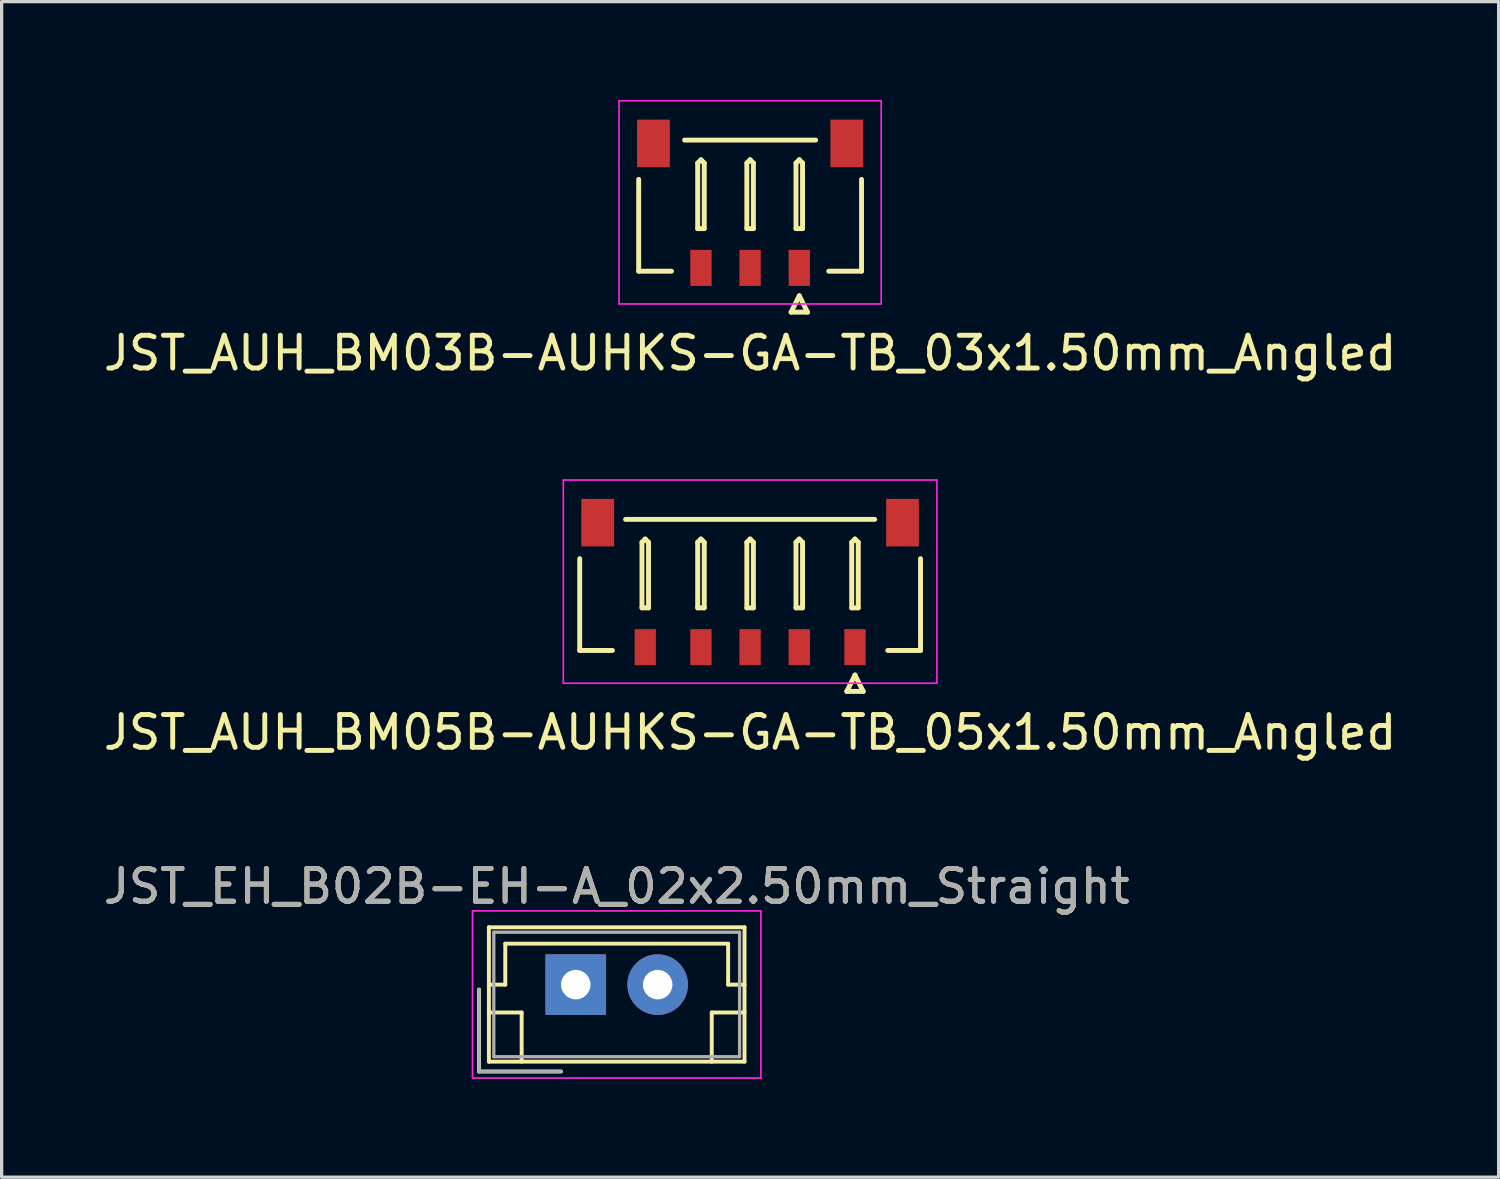
<source format=kicad_pcb>
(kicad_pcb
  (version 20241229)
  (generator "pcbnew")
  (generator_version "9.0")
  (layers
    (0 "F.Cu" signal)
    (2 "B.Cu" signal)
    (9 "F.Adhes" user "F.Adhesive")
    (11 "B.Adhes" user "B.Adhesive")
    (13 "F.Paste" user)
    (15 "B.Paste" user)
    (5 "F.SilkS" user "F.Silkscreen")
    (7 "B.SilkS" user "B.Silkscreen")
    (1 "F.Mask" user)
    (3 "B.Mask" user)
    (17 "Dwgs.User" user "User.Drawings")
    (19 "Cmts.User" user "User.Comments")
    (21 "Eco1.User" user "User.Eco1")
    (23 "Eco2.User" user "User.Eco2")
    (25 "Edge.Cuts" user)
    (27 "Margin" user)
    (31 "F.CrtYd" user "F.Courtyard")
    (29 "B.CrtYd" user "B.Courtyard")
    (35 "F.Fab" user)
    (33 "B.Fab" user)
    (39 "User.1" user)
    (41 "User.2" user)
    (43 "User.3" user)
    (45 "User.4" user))
  (footprint "JST_AUH_BM03B-AUHKS-GA-TB_03x1.50mm_Angled"
    (layer "F.Cu")
    (at 19.839 3.225)
    (property "Reference" "JST_AUH_BM03B-AUHKS-GA-TB_03x1.50mm_Angled" (at 0 4.5 0) (layer "F.SilkS") (effects (font (size 1 1) (thickness 0.15))))
    (attr smd)
    (fp_line (start -3.4 2) (end -3.4 -0.8) (stroke (width 0.15) (type solid)) (layer "F.SilkS"))
    (fp_line (start -2.4 2) (end -3.4 2) (stroke (width 0.15) (type solid)) (layer "F.SilkS"))
    (fp_line (start -1.6 -1.3) (end -1.5 -1.4) (stroke (width 0.15) (type solid)) (layer "F.SilkS"))
    (fp_line (start -1.6 0.7) (end -1.6 -1.3) (stroke (width 0.15) (type solid)) (layer "F.SilkS"))
    (fp_line (start -1.5 -1.4) (end -1.4 -1.3) (stroke (width 0.15) (type solid)) (layer "F.SilkS"))
    (fp_line (start -1.4 -1.3) (end -1.4 0.7) (stroke (width 0.15) (type solid)) (layer "F.SilkS"))
    (fp_line (start -1.4 0.7) (end -1.6 0.7) (stroke (width 0.15) (type solid)) (layer "F.SilkS"))
    (fp_line (start -0.1 -1.3) (end 0 -1.4) (stroke (width 0.15) (type solid)) (layer "F.SilkS"))
    (fp_line (start -0.1 0.7) (end -0.1 -1.3) (stroke (width 0.15) (type solid)) (layer "F.SilkS"))
    (fp_line (start 0 -1.4) (end 0.1 -1.3) (stroke (width 0.15) (type solid)) (layer "F.SilkS"))
    (fp_line (start 0.1 -1.3) (end 0.1 0.7) (stroke (width 0.15) (type solid)) (layer "F.SilkS"))
    (fp_line (start 0.1 0.7) (end -0.1 0.7) (stroke (width 0.15) (type solid)) (layer "F.SilkS"))
    (fp_line (start 1.25 3.25) (end 1.75 3.25) (stroke (width 0.15) (type solid)) (layer "F.SilkS"))
    (fp_line (start 1.4 -1.3) (end 1.5 -1.4) (stroke (width 0.15) (type solid)) (layer "F.SilkS"))
    (fp_line (start 1.4 0.7) (end 1.4 -1.3) (stroke (width 0.15) (type solid)) (layer "F.SilkS"))
    (fp_line (start 1.5 -1.4) (end 1.6 -1.3) (stroke (width 0.15) (type solid)) (layer "F.SilkS"))
    (fp_line (start 1.5 2.75) (end 1.25 3.25) (stroke (width 0.15) (type solid)) (layer "F.SilkS"))
    (fp_line (start 1.6 -1.3) (end 1.6 0.7) (stroke (width 0.15) (type solid)) (layer "F.SilkS"))
    (fp_line (start 1.6 0.7) (end 1.4 0.7) (stroke (width 0.15) (type solid)) (layer "F.SilkS"))
    (fp_line (start 1.75 3.25) (end 1.5 2.75) (stroke (width 0.15) (type solid)) (layer "F.SilkS"))
    (fp_line (start 2 -2) (end -2 -2) (stroke (width 0.15) (type solid)) (layer "F.SilkS"))
    (fp_line (start 2.4 2) (end 3.4 2) (stroke (width 0.15) (type solid)) (layer "F.SilkS"))
    (fp_line (start 3.4 2) (end 3.4 -0.8) (stroke (width 0.15) (type solid)) (layer "F.SilkS"))
    (fp_line (start -4 -3.2) (end -4 3) (stroke (width 0.05) (type solid)) (layer "F.CrtYd"))
    (fp_line (start -4 3) (end 4 3) (stroke (width 0.05) (type solid)) (layer "F.CrtYd"))
    (fp_line (start 4 -3.2) (end -4 -3.2) (stroke (width 0.05) (type solid)) (layer "F.CrtYd"))
    (fp_line (start 4 3) (end 4 -3.2) (stroke (width 0.05) (type solid)) (layer "F.CrtYd"))
    (pad "" smd rect (at -2.95 -1.9) (size 1 1.45) (layers "F.Cu" "F.Mask" "F.Paste"))
    (pad "" smd rect (at 2.95 -1.9) (size 1 1.45) (layers "F.Cu" "F.Mask" "F.Paste"))
    (pad "1" smd rect (at 1.5 1.9) (size 0.65 1.1) (layers "F.Cu" "F.Mask" "F.Paste"))
    (pad "2" smd rect (at 0 1.9) (size 0.65 1.1) (layers "F.Cu" "F.Mask" "F.Paste"))
    (pad "3" smd rect (at -1.5 1.9) (size 0.65 1.1) (layers "F.Cu" "F.Mask" "F.Paste")))
  (footprint "JST_AUH_BM05B-AUHKS-GA-TB_05x1.50mm_Angled"
    (layer "F.Cu")
    (at 19.839 14.798)
    (property "Reference" "JST_AUH_BM05B-AUHKS-GA-TB_05x1.50mm_Angled" (at 0 4.5 0) (layer "F.SilkS") (effects (font (size 1 1) (thickness 0.15))))
    (attr smd)
    (fp_line (start -5.2 2) (end -5.2 -0.8) (stroke (width 0.15) (type solid)) (layer "F.SilkS"))
    (fp_line (start -4.2 2) (end -5.2 2) (stroke (width 0.15) (type solid)) (layer "F.SilkS"))
    (fp_line (start -3.3 -1.3) (end -3.2 -1.4) (stroke (width 0.15) (type solid)) (layer "F.SilkS"))
    (fp_line (start -3.3 0.7) (end -3.3 -1.3) (stroke (width 0.15) (type solid)) (layer "F.SilkS"))
    (fp_line (start -3.2 -1.4) (end -3.1 -1.3) (stroke (width 0.15) (type solid)) (layer "F.SilkS"))
    (fp_line (start -3.1 -1.3) (end -3.1 0.7) (stroke (width 0.15) (type solid)) (layer "F.SilkS"))
    (fp_line (start -3.1 0.7) (end -3.3 0.7) (stroke (width 0.15) (type solid)) (layer "F.SilkS"))
    (fp_line (start -1.6 -1.3) (end -1.5 -1.4) (stroke (width 0.15) (type solid)) (layer "F.SilkS"))
    (fp_line (start -1.6 0.7) (end -1.6 -1.3) (stroke (width 0.15) (type solid)) (layer "F.SilkS"))
    (fp_line (start -1.5 -1.4) (end -1.4 -1.3) (stroke (width 0.15) (type solid)) (layer "F.SilkS"))
    (fp_line (start -1.4 -1.3) (end -1.4 0.7) (stroke (width 0.15) (type solid)) (layer "F.SilkS"))
    (fp_line (start -1.4 0.7) (end -1.6 0.7) (stroke (width 0.15) (type solid)) (layer "F.SilkS"))
    (fp_line (start -0.1 -1.3) (end 0 -1.4) (stroke (width 0.15) (type solid)) (layer "F.SilkS"))
    (fp_line (start -0.1 0.7) (end -0.1 -1.3) (stroke (width 0.15) (type solid)) (layer "F.SilkS"))
    (fp_line (start 0 -1.4) (end 0.1 -1.3) (stroke (width 0.15) (type solid)) (layer "F.SilkS"))
    (fp_line (start 0.1 -1.3) (end 0.1 0.7) (stroke (width 0.15) (type solid)) (layer "F.SilkS"))
    (fp_line (start 0.1 0.7) (end -0.1 0.7) (stroke (width 0.15) (type solid)) (layer "F.SilkS"))
    (fp_line (start 1.4 -1.3) (end 1.5 -1.4) (stroke (width 0.15) (type solid)) (layer "F.SilkS"))
    (fp_line (start 1.4 0.7) (end 1.4 -1.3) (stroke (width 0.15) (type solid)) (layer "F.SilkS"))
    (fp_line (start 1.5 -1.4) (end 1.6 -1.3) (stroke (width 0.15) (type solid)) (layer "F.SilkS"))
    (fp_line (start 1.6 -1.3) (end 1.6 0.7) (stroke (width 0.15) (type solid)) (layer "F.SilkS"))
    (fp_line (start 1.6 0.7) (end 1.4 0.7) (stroke (width 0.15) (type solid)) (layer "F.SilkS"))
    (fp_line (start 2.95 3.25) (end 3.45 3.25) (stroke (width 0.15) (type solid)) (layer "F.SilkS"))
    (fp_line (start 3.1 -1.3) (end 3.2 -1.4) (stroke (width 0.15) (type solid)) (layer "F.SilkS"))
    (fp_line (start 3.1 0.7) (end 3.1 -1.3) (stroke (width 0.15) (type solid)) (layer "F.SilkS"))
    (fp_line (start 3.2 -1.4) (end 3.3 -1.3) (stroke (width 0.15) (type solid)) (layer "F.SilkS"))
    (fp_line (start 3.2 2.75) (end 2.95 3.25) (stroke (width 0.15) (type solid)) (layer "F.SilkS"))
    (fp_line (start 3.3 -1.3) (end 3.3 0.7) (stroke (width 0.15) (type solid)) (layer "F.SilkS"))
    (fp_line (start 3.3 0.7) (end 3.1 0.7) (stroke (width 0.15) (type solid)) (layer "F.SilkS"))
    (fp_line (start 3.45 3.25) (end 3.2 2.75) (stroke (width 0.15) (type solid)) (layer "F.SilkS"))
    (fp_line (start 3.8 -2) (end -3.8 -2) (stroke (width 0.15) (type solid)) (layer "F.SilkS"))
    (fp_line (start 4.2 2) (end 5.2 2) (stroke (width 0.15) (type solid)) (layer "F.SilkS"))
    (fp_line (start 5.2 2) (end 5.2 -0.8) (stroke (width 0.15) (type solid)) (layer "F.SilkS"))
    (fp_line (start -5.7 -3.2) (end -5.7 3) (stroke (width 0.05) (type solid)) (layer "F.CrtYd"))
    (fp_line (start -5.7 3) (end 5.7 3) (stroke (width 0.05) (type solid)) (layer "F.CrtYd"))
    (fp_line (start 5.7 -3.2) (end -5.7 -3.2) (stroke (width 0.05) (type solid)) (layer "F.CrtYd"))
    (fp_line (start 5.7 3) (end 5.7 -3.2) (stroke (width 0.05) (type solid)) (layer "F.CrtYd"))
    (pad "" smd rect (at -4.65 -1.9) (size 1 1.45) (layers "F.Cu" "F.Mask" "F.Paste"))
    (pad "" smd rect (at 4.65 -1.9) (size 1 1.45) (layers "F.Cu" "F.Mask" "F.Paste"))
    (pad "1" smd rect (at 3.2 1.9) (size 0.65 1.1) (layers "F.Cu" "F.Mask" "F.Paste"))
    (pad "2" smd rect (at 1.5 1.9) (size 0.65 1.1) (layers "F.Cu" "F.Mask" "F.Paste"))
    (pad "3" smd rect (at 0 1.9) (size 0.65 1.1) (layers "F.Cu" "F.Mask" "F.Paste"))
    (pad "4" smd rect (at -1.5 1.9) (size 0.65 1.1) (layers "F.Cu" "F.Mask" "F.Paste"))
    (pad "5" smd rect (at -3.2 1.9) (size 0.65 1.1) (layers "F.Cu" "F.Mask" "F.Paste")))
  (footprint "JST_EH_B02B-EH-A_02x2.50mm_Straight"
    (layer "F.Cu")
    (at 14.518 26.995)
    (property "Reference" "JST_EH_B02B-EH-A_02x2.50mm_Straight" (at 1.25 -3 0) (layer "F.SilkS") (effects (font (size 1 1) (thickness 0.15))))
    (attr through_hole)
    (fp_line (start -2.95 0.15) (end -2.95 2.65) (stroke (width 0.12) (type solid)) (layer "F.SilkS"))
    (fp_line (start -2.95 2.65) (end -0.45 2.65) (stroke (width 0.12) (type solid)) (layer "F.SilkS"))
    (fp_line (start -2.65 -1.75) (end -2.65 2.35) (stroke (width 0.12) (type solid)) (layer "F.SilkS"))
    (fp_line (start -2.65 0) (end -2.15 0) (stroke (width 0.12) (type solid)) (layer "F.SilkS"))
    (fp_line (start -2.65 0.85) (end -1.65 0.85) (stroke (width 0.12) (type solid)) (layer "F.SilkS"))
    (fp_line (start -2.65 2.35) (end 5.15 2.35) (stroke (width 0.12) (type solid)) (layer "F.SilkS"))
    (fp_line (start -2.15 -1.25) (end 4.65 -1.25) (stroke (width 0.12) (type solid)) (layer "F.SilkS"))
    (fp_line (start -2.15 0) (end -2.15 -1.25) (stroke (width 0.12) (type solid)) (layer "F.SilkS"))
    (fp_line (start -1.65 0.85) (end -1.65 2.35) (stroke (width 0.12) (type solid)) (layer "F.SilkS"))
    (fp_line (start 4.15 0.85) (end 4.15 2.35) (stroke (width 0.12) (type solid)) (layer "F.SilkS"))
    (fp_line (start 4.65 -1.25) (end 4.65 0) (stroke (width 0.12) (type solid)) (layer "F.SilkS"))
    (fp_line (start 4.65 0) (end 5.15 0) (stroke (width 0.12) (type solid)) (layer "F.SilkS"))
    (fp_line (start 5.15 -1.75) (end -2.65 -1.75) (stroke (width 0.12) (type solid)) (layer "F.SilkS"))
    (fp_line (start 5.15 0.85) (end 4.15 0.85) (stroke (width 0.12) (type solid)) (layer "F.SilkS"))
    (fp_line (start 5.15 2.35) (end 5.15 -1.75) (stroke (width 0.12) (type solid)) (layer "F.SilkS"))
    (fp_line (start -3.15 -2.25) (end -3.15 2.85) (stroke (width 0.05) (type solid)) (layer "F.CrtYd"))
    (fp_line (start -3.15 2.85) (end 5.65 2.85) (stroke (width 0.05) (type solid)) (layer "F.CrtYd"))
    (fp_line (start 5.65 -2.25) (end -3.15 -2.25) (stroke (width 0.05) (type solid)) (layer "F.CrtYd"))
    (fp_line (start 5.65 2.85) (end 5.65 -2.25) (stroke (width 0.05) (type solid)) (layer "F.CrtYd"))
    (fp_line (start -2.95 0.15) (end -2.95 2.65) (stroke (width 0.1) (type solid)) (layer "F.Fab"))
    (fp_line (start -2.95 2.65) (end -0.45 2.65) (stroke (width 0.1) (type solid)) (layer "F.Fab"))
    (fp_line (start -2.5 -1.6) (end -2.5 2.2) (stroke (width 0.1) (type solid)) (layer "F.Fab"))
    (fp_line (start -2.5 2.2) (end 5 2.2) (stroke (width 0.1) (type solid)) (layer "F.Fab"))
    (fp_line (start 5 -1.6) (end -2.5 -1.6) (stroke (width 0.1) (type solid)) (layer "F.Fab"))
    (fp_line (start 5 2.2) (end 5 -1.6) (stroke (width 0.1) (type solid)) (layer "F.Fab"))
    (fp_text user "${REFERENCE}" (at 1.25 -3 0) (layer "F.Fab") (effects (font (size 1 1) (thickness 0.15))))
    (pad "1" thru_hole rect (at 0 0) (size 1.85 1.85) (drill 0.9) (layers "*.Cu" "*.Mask"))
    (pad "2" thru_hole circle (at 2.5 0) (size 1.85 1.85) (drill 0.9) (layers "*.Cu" "*.Mask")))
  (gr_rect
    (start -3 -3)
    (end 42.679 32.87)
    (stroke (width 0.1) (type default))
    (fill no)
    (layer "Edge.Cuts")))
</source>
